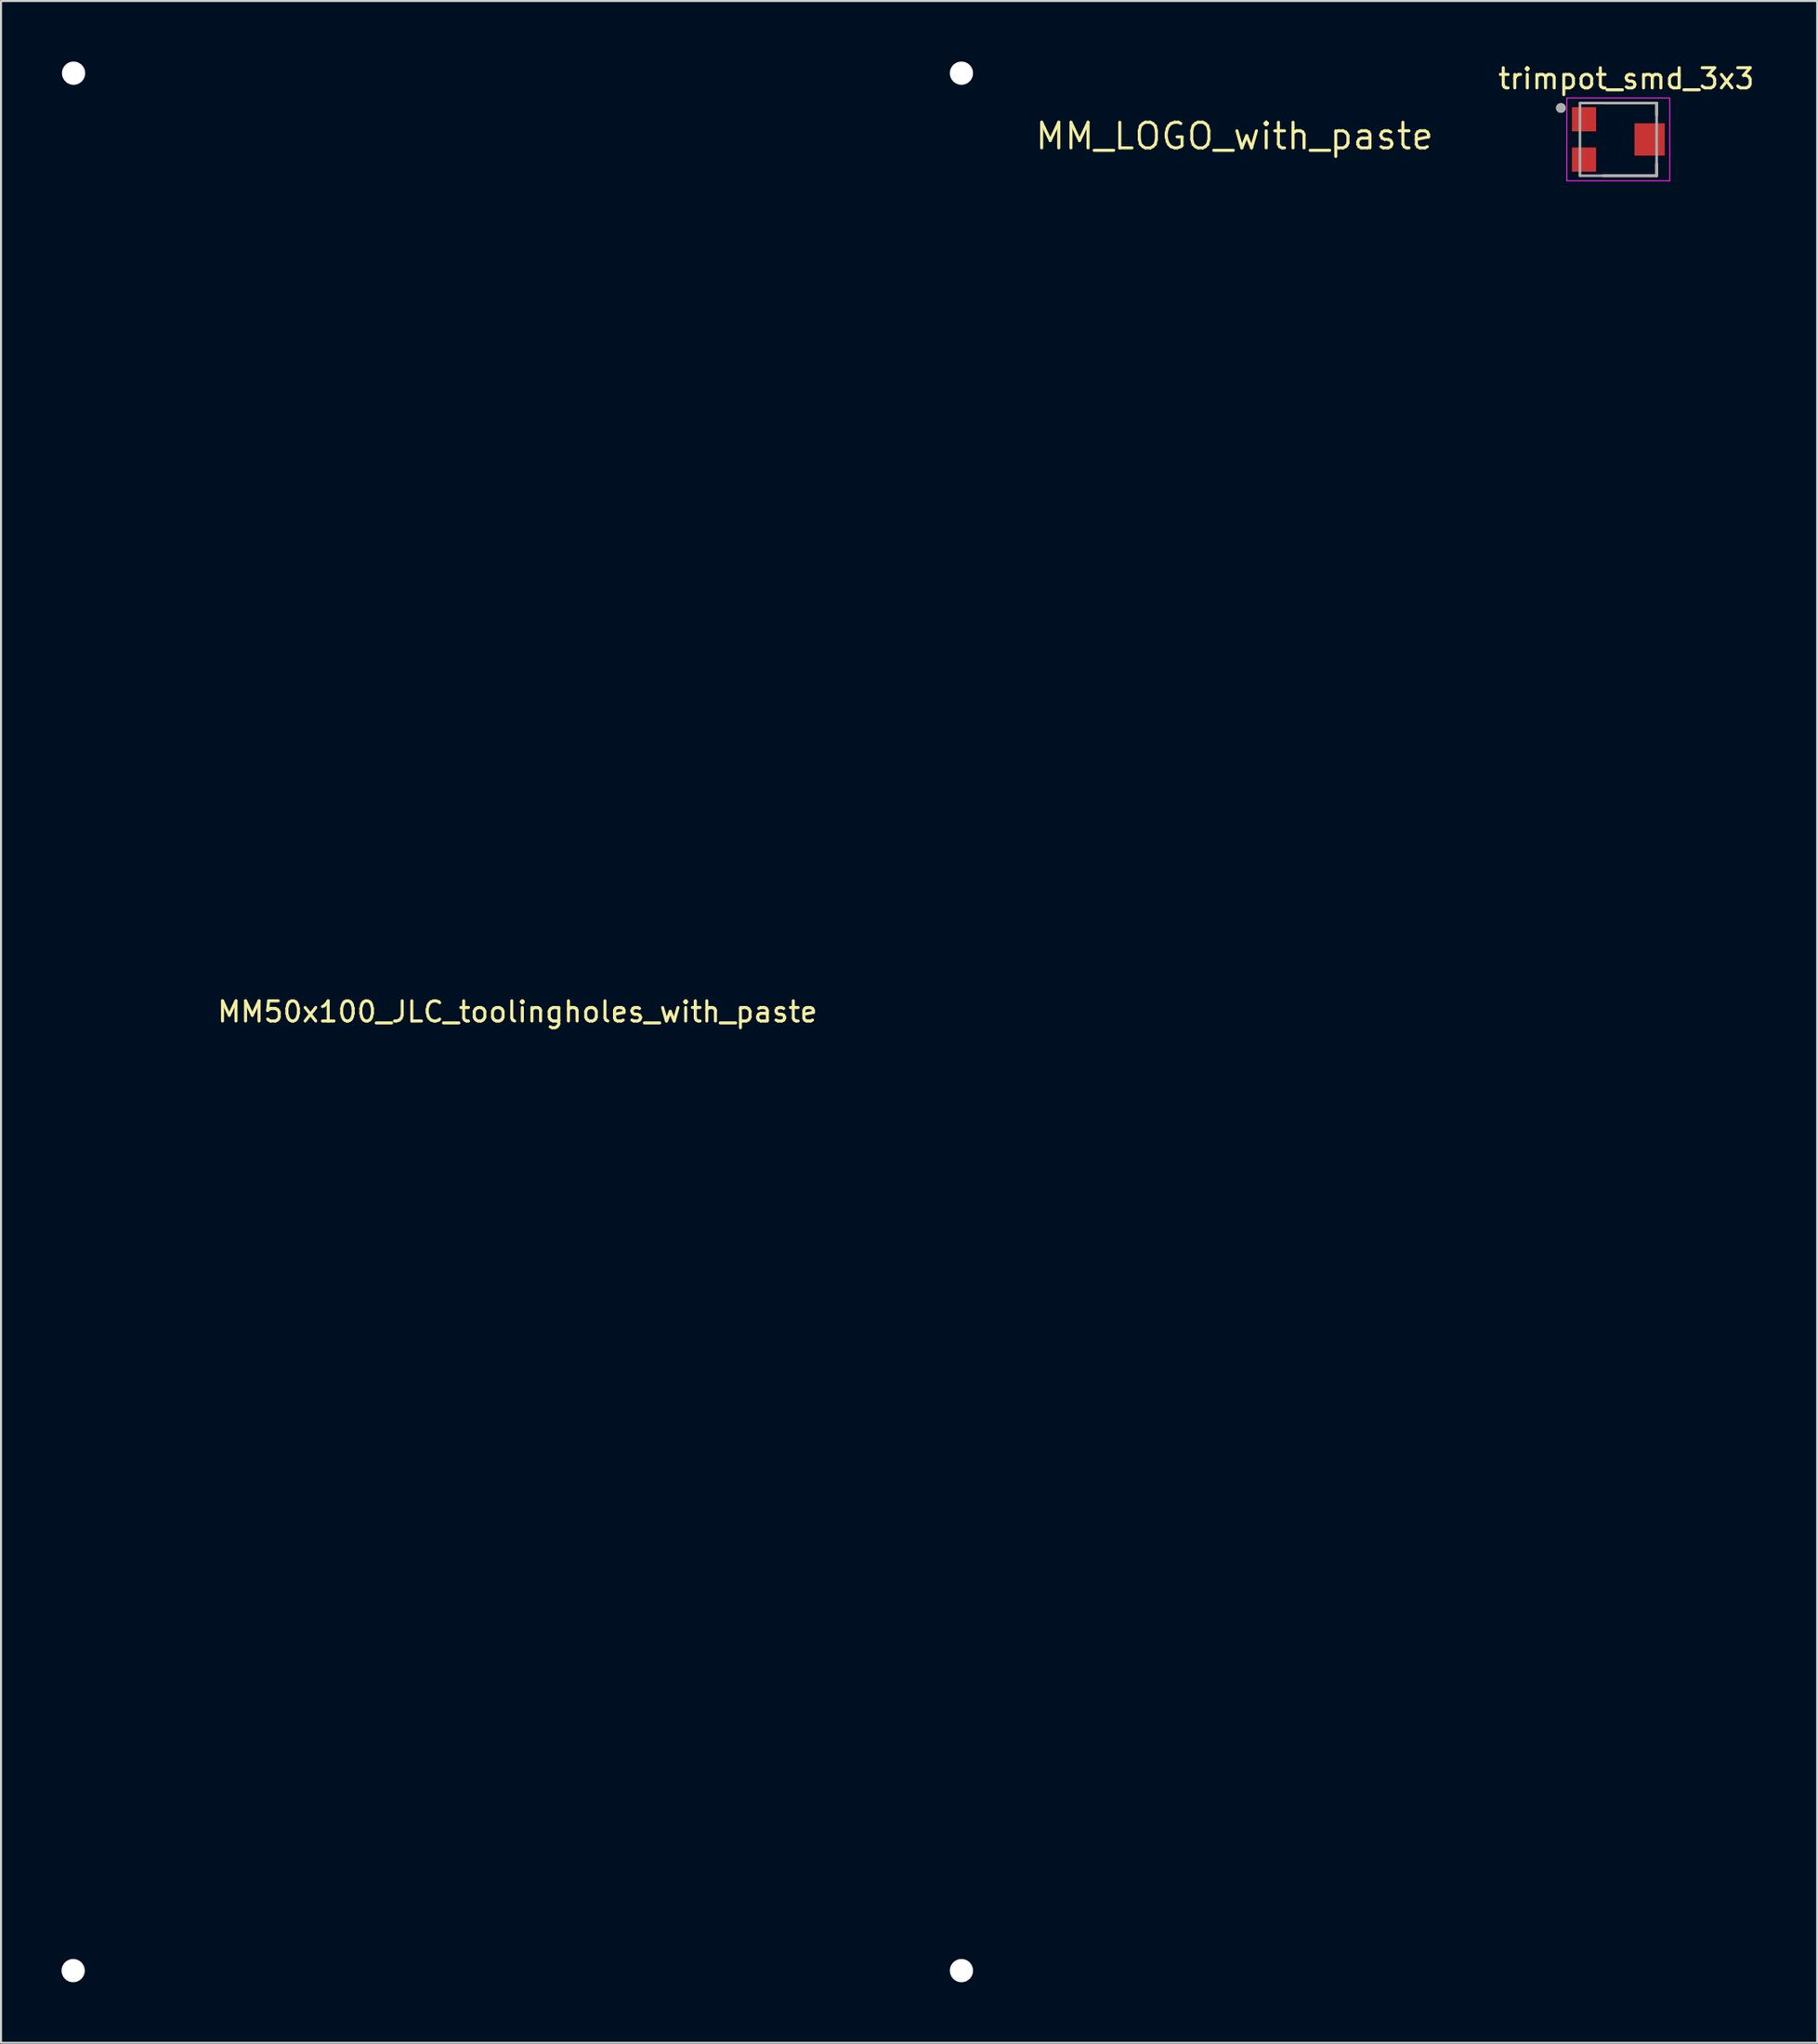
<source format=kicad_pcb>
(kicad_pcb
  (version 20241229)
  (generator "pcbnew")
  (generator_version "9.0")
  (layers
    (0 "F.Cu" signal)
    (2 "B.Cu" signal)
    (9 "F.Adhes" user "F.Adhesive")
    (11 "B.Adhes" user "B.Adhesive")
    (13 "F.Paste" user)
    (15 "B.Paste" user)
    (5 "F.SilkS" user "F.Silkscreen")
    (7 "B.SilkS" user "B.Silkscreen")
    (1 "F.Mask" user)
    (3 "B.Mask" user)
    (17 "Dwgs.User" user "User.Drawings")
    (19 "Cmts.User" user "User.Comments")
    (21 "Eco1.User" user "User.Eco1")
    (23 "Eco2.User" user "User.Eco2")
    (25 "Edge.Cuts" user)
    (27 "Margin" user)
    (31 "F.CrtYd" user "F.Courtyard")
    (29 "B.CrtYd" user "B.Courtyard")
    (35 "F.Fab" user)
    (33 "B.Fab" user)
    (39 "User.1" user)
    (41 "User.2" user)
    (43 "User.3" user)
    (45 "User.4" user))
  (footprint "MM50x100_JLC_toolingholes_with_paste"
    (layer "F.Cu")
    (at 22.596 47.576)
    (property "Reference" "MM50x100_JLC_toolingholes_with_paste" (at 0 -0.5 0) (unlocked yes) (layer "F.SilkS") (effects (font (size 1 1) (thickness 0.15))))
    (pad "" np_thru_hole circle (at -22.02 47) (size 1.152 1.152) (drill 1.152) (layers "*.Cu" "*.Mask" "B.Paste"))
    (pad "" np_thru_hole circle (at -22 -47) (size 1.152 1.152) (drill 1.152) (layers "*.Cu" "*.Mask" "B.Paste"))
    (pad "" np_thru_hole circle (at 22 -47) (size 1.152 1.152) (drill 1.152) (layers "*.Cu" "*.Mask" "B.Paste"))
    (pad "" np_thru_hole circle (at 22 47) (size 1.152 1.152) (drill 1.152) (layers "*.Cu" "*.Mask" "B.Paste")))
  (footprint "trimpot_smd_3x3"
    (layer "F.Cu")
    (at 77.248 3.857)
    (property "Reference" "trimpot_smd_3x3" (at 0.294 -3.008 0) (layer "F.SilkS") (effects (font (size 1 1) (thickness 0.15))))
    (attr smd)
    (fp_line (start -0.85 -1.8) (end 1.8 -1.8) (stroke (width 0.127) (type solid)) (layer "F.SilkS"))
    (fp_line (start -0.85 1.8) (end 1.8 1.8) (stroke (width 0.127) (type solid)) (layer "F.SilkS"))
    (fp_line (start 1.8 -1.8) (end 1.8 -1.2) (stroke (width 0.127) (type solid)) (layer "F.SilkS"))
    (fp_line (start 1.8 1.8) (end 1.8 1.2) (stroke (width 0.127) (type solid)) (layer "F.SilkS"))
    (fp_circle (center -2.946 -1.558) (end -2.826 -1.558) (stroke (width 0.24) (type solid)) (fill no) (layer "F.SilkS"))
    (fp_line (start -2.65 -2.05) (end 2.45 -2.05) (stroke (width 0.05) (type solid)) (layer "F.CrtYd"))
    (fp_line (start -2.65 2.05) (end -2.65 -2.05) (stroke (width 0.05) (type solid)) (layer "F.CrtYd"))
    (fp_line (start 2.45 -2.05) (end 2.45 2.05) (stroke (width 0.05) (type solid)) (layer "F.CrtYd"))
    (fp_line (start 2.45 2.05) (end -2.65 2.05) (stroke (width 0.05) (type solid)) (layer "F.CrtYd"))
    (fp_line (start -2 -1.8) (end 1.8 -1.8) (stroke (width 0.127) (type solid)) (layer "F.Fab"))
    (fp_line (start -2 1.8) (end -2 -1.8) (stroke (width 0.127) (type solid)) (layer "F.Fab"))
    (fp_line (start 1.8 -1.8) (end 1.8 1.8) (stroke (width 0.127) (type solid)) (layer "F.Fab"))
    (fp_line (start 1.8 1.8) (end -2 1.8) (stroke (width 0.127) (type solid)) (layer "F.Fab"))
    (fp_circle (center -2.946 -1.558) (end -2.826 -1.558) (stroke (width 0.24) (type solid)) (fill no) (layer "F.Fab"))
    (pad "1" smd rect (at -1.8 -1) (size 1.2 1.2) (layers "F.Cu" "F.Mask" "F.Paste"))
    (pad "2" smd rect (at 1.45 0 270) (size 1.6 1.5) (layers "F.Cu" "F.Mask" "F.Paste"))
    (pad "3" smd rect (at -1.8 1) (size 1.2 1.2) (layers "F.Cu" "F.Mask" "F.Paste")))
  (footprint "MM_LOGO_with_paste"
    (layer "F.Cu")
    (at 58.127 3.696)
    (property "Reference" "MM_LOGO_with_paste" (at 0 0 0) (layer "F.SilkS") (effects (font (size 1.27 1.27) (thickness 0.15))))
    (fp_line (start -3.21 0.428) (end -3.21 0.669) (stroke (width 0.2) (type solid)) (layer "B.Paste"))
    (fp_line (start -3.21 0.669) (end -3.21 1.27) (stroke (width 0.2) (type solid)) (layer "B.Paste"))
    (fp_line (start -3.21 0.669) (end -3.029 0.488) (stroke (width 0.2) (type solid)) (layer "B.Paste"))
    (fp_line (start -3.175 -0.318) (end -1.27 -3.493) (stroke (width 0.406) (type solid)) (layer "B.Paste"))
    (fp_line (start -3.029 0.488) (end -2.909 0.428) (stroke (width 0.2) (type solid)) (layer "B.Paste"))
    (fp_line (start -2.909 0.428) (end -2.728 0.428) (stroke (width 0.2) (type solid)) (layer "B.Paste"))
    (fp_line (start -2.728 0.428) (end -2.608 0.488) (stroke (width 0.2) (type solid)) (layer "B.Paste"))
    (fp_line (start -2.608 0.488) (end -2.548 0.669) (stroke (width 0.2) (type solid)) (layer "B.Paste"))
    (fp_line (start -2.548 0.669) (end -2.548 1.27) (stroke (width 0.2) (type solid)) (layer "B.Paste"))
    (fp_line (start -2.548 0.669) (end -2.367 0.488) (stroke (width 0.2) (type solid)) (layer "B.Paste"))
    (fp_line (start -2.367 0.488) (end -2.247 0.428) (stroke (width 0.2) (type solid)) (layer "B.Paste"))
    (fp_line (start -2.247 0.428) (end -2.066 0.428) (stroke (width 0.2) (type solid)) (layer "B.Paste"))
    (fp_line (start -2.066 0.428) (end -1.946 0.488) (stroke (width 0.2) (type solid)) (layer "B.Paste"))
    (fp_line (start -1.946 0.488) (end -1.886 0.669) (stroke (width 0.2) (type solid)) (layer "B.Paste"))
    (fp_line (start -1.886 0.669) (end -1.886 1.27) (stroke (width 0.2) (type solid)) (layer "B.Paste"))
    (fp_line (start -1.465 0.789) (end -1.465 0.909) (stroke (width 0.2) (type solid)) (layer "B.Paste"))
    (fp_line (start -1.465 0.909) (end -1.404 1.09) (stroke (width 0.2) (type solid)) (layer "B.Paste"))
    (fp_line (start -1.404 0.608) (end -1.465 0.789) (stroke (width 0.2) (type solid)) (layer "B.Paste"))
    (fp_line (start -1.404 1.09) (end -1.284 1.21) (stroke (width 0.2) (type solid)) (layer "B.Paste"))
    (fp_line (start -1.284 0.488) (end -1.404 0.608) (stroke (width 0.2) (type solid)) (layer "B.Paste"))
    (fp_line (start -1.284 1.21) (end -1.164 1.27) (stroke (width 0.2) (type solid)) (layer "B.Paste"))
    (fp_line (start -1.27 -3.493) (end -0.015 -1.59) (stroke (width 0.406) (type solid)) (layer "B.Paste"))
    (fp_line (start -1.27 -2.223) (end -2.223 -0.635) (stroke (width 0.254) (type solid)) (layer "B.Paste"))
    (fp_line (start -1.27 -2.223) (end 0 0) (stroke (width 0.254) (type solid)) (layer "B.Paste"))
    (fp_line (start -1.164 0.428) (end -1.284 0.488) (stroke (width 0.2) (type solid)) (layer "B.Paste"))
    (fp_line (start -1.164 1.27) (end -0.983 1.27) (stroke (width 0.2) (type solid)) (layer "B.Paste"))
    (fp_line (start -0.983 0.428) (end -1.164 0.428) (stroke (width 0.2) (type solid)) (layer "B.Paste"))
    (fp_line (start -0.983 1.27) (end -0.863 1.21) (stroke (width 0.2) (type solid)) (layer "B.Paste"))
    (fp_line (start -0.863 0.488) (end -0.983 0.428) (stroke (width 0.2) (type solid)) (layer "B.Paste"))
    (fp_line (start -0.863 1.21) (end -0.743 1.09) (stroke (width 0.2) (type solid)) (layer "B.Paste"))
    (fp_line (start -0.743 0.608) (end -0.863 0.488) (stroke (width 0.2) (type solid)) (layer "B.Paste"))
    (fp_line (start -0.743 1.09) (end -0.682 0.909) (stroke (width 0.2) (type solid)) (layer "B.Paste"))
    (fp_line (start -0.682 0.789) (end -0.743 0.608) (stroke (width 0.2) (type solid)) (layer "B.Paste"))
    (fp_line (start -0.682 0.909) (end -0.682 0.789) (stroke (width 0.2) (type solid)) (layer "B.Paste"))
    (fp_line (start -0.321 0.608) (end -0.261 0.729) (stroke (width 0.2) (type solid)) (layer "B.Paste"))
    (fp_line (start -0.261 0.488) (end -0.321 0.608) (stroke (width 0.2) (type solid)) (layer "B.Paste"))
    (fp_line (start -0.261 0.729) (end -0.141 0.789) (stroke (width 0.2) (type solid)) (layer "B.Paste"))
    (fp_line (start -0.261 1.21) (end -0.321 1.09) (stroke (width 0.2) (type solid)) (layer "B.Paste"))
    (fp_line (start -0.141 0.789) (end 0.16 0.849) (stroke (width 0.2) (type solid)) (layer "B.Paste"))
    (fp_line (start -0.081 0.428) (end -0.261 0.488) (stroke (width 0.2) (type solid)) (layer "B.Paste"))
    (fp_line (start -0.081 1.27) (end -0.261 1.21) (stroke (width 0.2) (type solid)) (layer "B.Paste"))
    (fp_line (start -0.015 -1.59) (end 1.27 -3.493) (stroke (width 0.406) (type solid)) (layer "B.Paste"))
    (fp_line (start 0 0) (end 1.27 -2.223) (stroke (width 0.254) (type solid)) (layer "B.Paste"))
    (fp_line (start 0.1 0.428) (end -0.081 0.428) (stroke (width 0.2) (type solid)) (layer "B.Paste"))
    (fp_line (start 0.1 1.27) (end -0.081 1.27) (stroke (width 0.2) (type solid)) (layer "B.Paste"))
    (fp_line (start 0.16 0.849) (end 0.28 0.909) (stroke (width 0.2) (type solid)) (layer "B.Paste"))
    (fp_line (start 0.28 0.488) (end 0.1 0.428) (stroke (width 0.2) (type solid)) (layer "B.Paste"))
    (fp_line (start 0.28 0.909) (end 0.341 1.03) (stroke (width 0.2) (type solid)) (layer "B.Paste"))
    (fp_line (start 0.28 1.21) (end 0.1 1.27) (stroke (width 0.2) (type solid)) (layer "B.Paste"))
    (fp_line (start 0.341 0.608) (end 0.28 0.488) (stroke (width 0.2) (type solid)) (layer "B.Paste"))
    (fp_line (start 0.341 1.03) (end 0.341 1.09) (stroke (width 0.2) (type solid)) (layer "B.Paste"))
    (fp_line (start 0.341 1.09) (end 0.28 1.21) (stroke (width 0.2) (type solid)) (layer "B.Paste"))
    (fp_line (start 0.702 0.789) (end 0.702 0.909) (stroke (width 0.2) (type solid)) (layer "B.Paste"))
    (fp_line (start 0.702 0.909) (end 0.762 1.09) (stroke (width 0.2) (type solid)) (layer "B.Paste"))
    (fp_line (start 0.762 0.608) (end 0.702 0.789) (stroke (width 0.2) (type solid)) (layer "B.Paste"))
    (fp_line (start 0.762 1.09) (end 0.882 1.21) (stroke (width 0.2) (type solid)) (layer "B.Paste"))
    (fp_line (start 0.882 0.488) (end 0.762 0.608) (stroke (width 0.2) (type solid)) (layer "B.Paste"))
    (fp_line (start 0.882 1.21) (end 1.003 1.27) (stroke (width 0.2) (type solid)) (layer "B.Paste"))
    (fp_line (start 1.003 0.428) (end 0.882 0.488) (stroke (width 0.2) (type solid)) (layer "B.Paste"))
    (fp_line (start 1.003 1.27) (end 1.183 1.27) (stroke (width 0.2) (type solid)) (layer "B.Paste"))
    (fp_line (start 1.183 0.428) (end 1.003 0.428) (stroke (width 0.2) (type solid)) (layer "B.Paste"))
    (fp_line (start 1.183 1.27) (end 1.304 1.21) (stroke (width 0.2) (type solid)) (layer "B.Paste"))
    (fp_line (start 1.27 -3.493) (end 3.175 -0.318) (stroke (width 0.406) (type solid)) (layer "B.Paste"))
    (fp_line (start 1.27 -2.223) (end 2.223 -0.635) (stroke (width 0.254) (type solid)) (layer "B.Paste"))
    (fp_line (start 1.304 0.488) (end 1.183 0.428) (stroke (width 0.2) (type solid)) (layer "B.Paste"))
    (fp_line (start 1.304 1.21) (end 1.424 1.09) (stroke (width 0.2) (type solid)) (layer "B.Paste"))
    (fp_line (start 1.424 0.428) (end 1.424 0.608) (stroke (width 0.2) (type solid)) (layer "B.Paste"))
    (fp_line (start 1.424 0.608) (end 1.304 0.488) (stroke (width 0.2) (type solid)) (layer "B.Paste"))
    (fp_line (start 1.424 0.608) (end 1.424 1.09) (stroke (width 0.2) (type solid)) (layer "B.Paste"))
    (fp_line (start 1.424 1.09) (end 1.424 1.27) (stroke (width 0.2) (type solid)) (layer "B.Paste"))
    (fp_line (start 1.845 0.007) (end 1.905 0.067) (stroke (width 0.2) (type solid)) (layer "B.Paste"))
    (fp_line (start 1.905 -0.054) (end 1.845 0.007) (stroke (width 0.2) (type solid)) (layer "B.Paste"))
    (fp_line (start 1.905 0.067) (end 1.965 0.007) (stroke (width 0.2) (type solid)) (layer "B.Paste"))
    (fp_line (start 1.905 0.428) (end 1.905 1.27) (stroke (width 0.2) (type solid)) (layer "B.Paste"))
    (fp_line (start 1.965 0.007) (end 1.905 -0.054) (stroke (width 0.2) (type solid)) (layer "B.Paste"))
    (fp_line (start 2.327 0.789) (end 2.327 0.909) (stroke (width 0.2) (type solid)) (layer "B.Paste"))
    (fp_line (start 2.327 0.909) (end 2.387 1.09) (stroke (width 0.2) (type solid)) (layer "B.Paste"))
    (fp_line (start 2.387 0.608) (end 2.327 0.789) (stroke (width 0.2) (type solid)) (layer "B.Paste"))
    (fp_line (start 2.387 1.09) (end 2.507 1.21) (stroke (width 0.2) (type solid)) (layer "B.Paste"))
    (fp_line (start 2.507 0.488) (end 2.387 0.608) (stroke (width 0.2) (type solid)) (layer "B.Paste"))
    (fp_line (start 2.507 1.21) (end 2.627 1.27) (stroke (width 0.2) (type solid)) (layer "B.Paste"))
    (fp_line (start 2.627 0.428) (end 2.507 0.488) (stroke (width 0.2) (type solid)) (layer "B.Paste"))
    (fp_line (start 2.627 1.27) (end 2.808 1.27) (stroke (width 0.2) (type solid)) (layer "B.Paste"))
    (fp_line (start 2.808 0.428) (end 2.627 0.428) (stroke (width 0.2) (type solid)) (layer "B.Paste"))
    (fp_line (start 2.808 1.27) (end 2.928 1.21) (stroke (width 0.2) (type solid)) (layer "B.Paste"))
    (fp_line (start 2.928 0.488) (end 2.808 0.428) (stroke (width 0.2) (type solid)) (layer "B.Paste"))
    (fp_line (start 2.928 1.21) (end 3.049 1.09) (stroke (width 0.2) (type solid)) (layer "B.Paste"))
    (fp_line (start 3.049 0.608) (end 2.928 0.488) (stroke (width 0.2) (type solid)) (layer "B.Paste")))
  (gr_rect
    (start -3 -3)
    (end 87.002 98.152)
    (stroke (width 0.1) (type default))
    (fill no)
    (layer "Edge.Cuts")))
</source>
